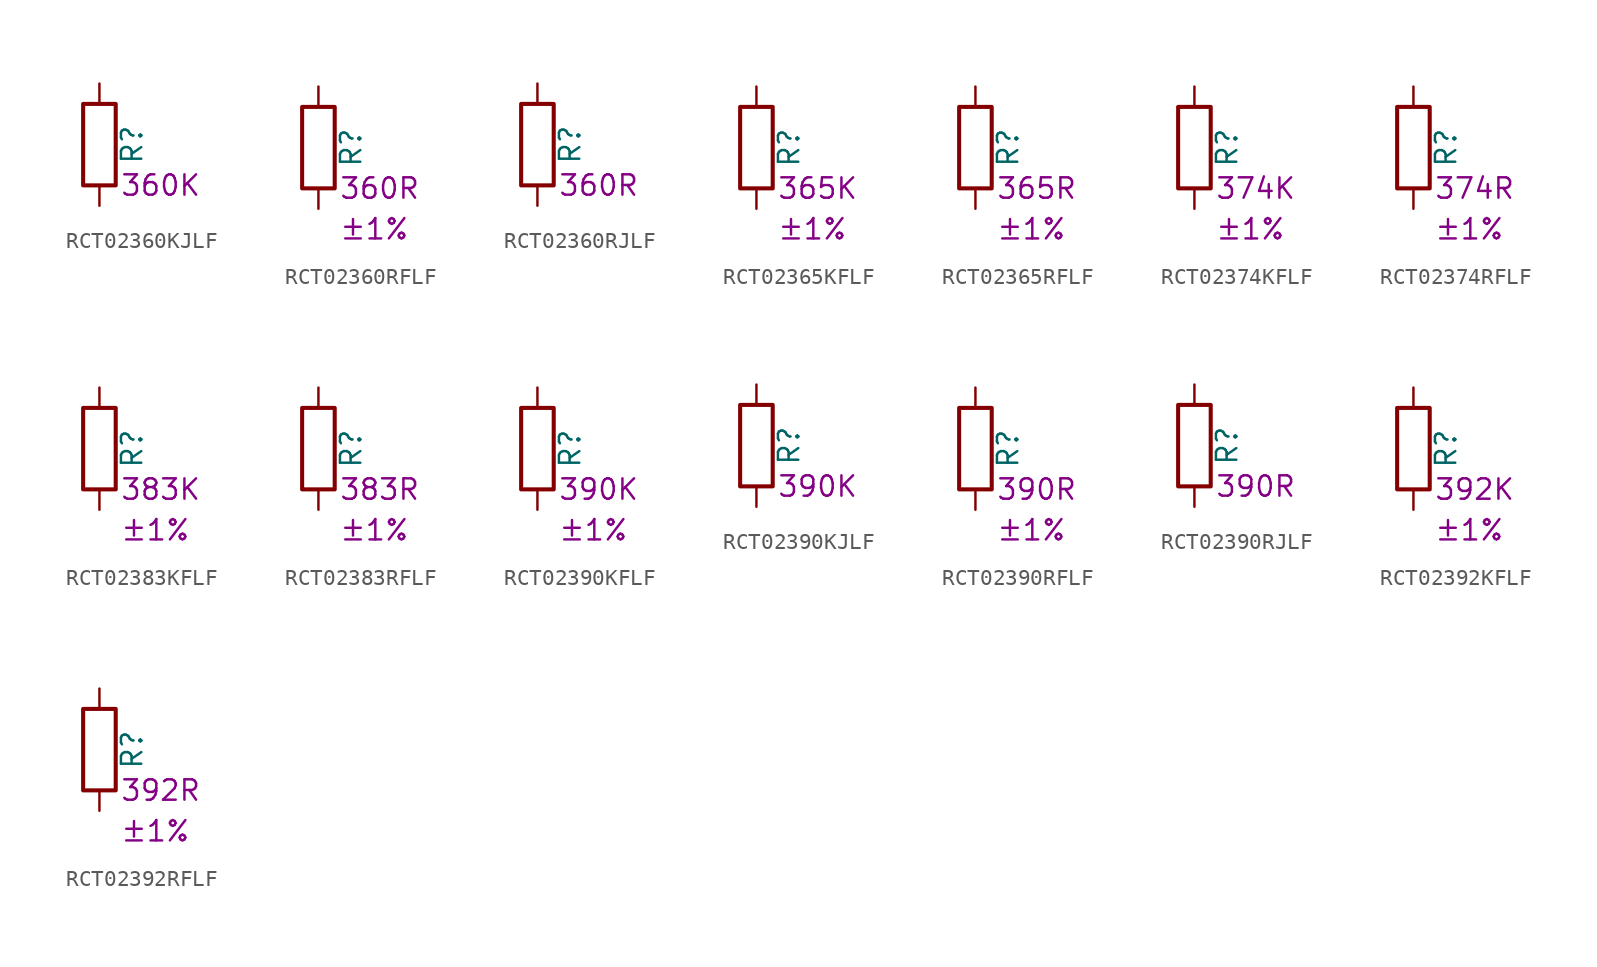
<source format=kicad_sym>
(kicad_symbol_lib
  (version 20220914)
  (generator kicad_symbol_editor)
  (symbol "RCT02360KJLF"
    (pin_numbers hide)
    (pin_names
      (offset 0))
    (property "Reference" "R"
      (at 2.032 0 90)
      (effects (font (size 1.27 1.27))))
    (property "Resistance" "360K"
      (at 1.27 -2.54 0)
      (effects (font (size 1.27 1.27)) (justify left)))
    (symbol "RCT02360KJLF_0_1"
      (rectangle (start -1.016 -2.54) (end 1.016 2.54) (stroke (width 0.254) (type default)) (fill (type none))))
    (symbol "RCT02360KJLF_1_1"
      (pin passive line (at 0 3.81 270) (length 1.27) (name "~" (effects (font (size 1.27 1.27)))) (number "1" (effects (font (size 1.27 1.27)))))
      (pin passive line (at 0 -3.81 90) (length 1.27) (name "~" (effects (font (size 1.27 1.27)))) (number "2" (effects (font (size 1.27 1.27)))))))
  (symbol "RCT02360RFLF"
    (pin_numbers hide)
    (pin_names
      (offset 0))
    (property "Reference" "R"
      (at 2.032 0 90)
      (effects (font (size 1.27 1.27))))
    (property "Resistance" "360R"
      (at 1.27 -2.54 0)
      (effects (font (size 1.27 1.27)) (justify left)))
    (property "Tolerance" "±1%"
      (at 1.27 -5.08 0)
      (effects (font (size 1.27 1.27)) (justify left)))
    (symbol "RCT02360RFLF_0_1"
      (rectangle (start -1.016 -2.54) (end 1.016 2.54) (stroke (width 0.254) (type default)) (fill (type none))))
    (symbol "RCT02360RFLF_1_1"
      (pin passive line (at 0 3.81 270) (length 1.27) (name "~" (effects (font (size 1.27 1.27)))) (number "1" (effects (font (size 1.27 1.27)))))
      (pin passive line (at 0 -3.81 90) (length 1.27) (name "~" (effects (font (size 1.27 1.27)))) (number "2" (effects (font (size 1.27 1.27)))))))
  (symbol "RCT02360RJLF"
    (pin_numbers hide)
    (pin_names
      (offset 0))
    (property "Reference" "R"
      (at 2.032 0 90)
      (effects (font (size 1.27 1.27))))
    (property "Resistance" "360R"
      (at 1.27 -2.54 0)
      (effects (font (size 1.27 1.27)) (justify left)))
    (symbol "RCT02360RJLF_0_1"
      (rectangle (start -1.016 -2.54) (end 1.016 2.54) (stroke (width 0.254) (type default)) (fill (type none))))
    (symbol "RCT02360RJLF_1_1"
      (pin passive line (at 0 3.81 270) (length 1.27) (name "~" (effects (font (size 1.27 1.27)))) (number "1" (effects (font (size 1.27 1.27)))))
      (pin passive line (at 0 -3.81 90) (length 1.27) (name "~" (effects (font (size 1.27 1.27)))) (number "2" (effects (font (size 1.27 1.27)))))))
  (symbol "RCT02365KFLF"
    (pin_numbers hide)
    (pin_names
      (offset 0))
    (property "Reference" "R"
      (at 2.032 0 90)
      (effects (font (size 1.27 1.27))))
    (property "Resistance" "365K"
      (at 1.27 -2.54 0)
      (effects (font (size 1.27 1.27)) (justify left)))
    (property "Tolerance" "±1%"
      (at 1.27 -5.08 0)
      (effects (font (size 1.27 1.27)) (justify left)))
    (symbol "RCT02365KFLF_0_1"
      (rectangle (start -1.016 -2.54) (end 1.016 2.54) (stroke (width 0.254) (type default)) (fill (type none))))
    (symbol "RCT02365KFLF_1_1"
      (pin passive line (at 0 3.81 270) (length 1.27) (name "~" (effects (font (size 1.27 1.27)))) (number "1" (effects (font (size 1.27 1.27)))))
      (pin passive line (at 0 -3.81 90) (length 1.27) (name "~" (effects (font (size 1.27 1.27)))) (number "2" (effects (font (size 1.27 1.27)))))))
  (symbol "RCT02365RFLF"
    (pin_numbers hide)
    (pin_names
      (offset 0))
    (property "Reference" "R"
      (at 2.032 0 90)
      (effects (font (size 1.27 1.27))))
    (property "Resistance" "365R"
      (at 1.27 -2.54 0)
      (effects (font (size 1.27 1.27)) (justify left)))
    (property "Tolerance" "±1%"
      (at 1.27 -5.08 0)
      (effects (font (size 1.27 1.27)) (justify left)))
    (symbol "RCT02365RFLF_0_1"
      (rectangle (start -1.016 -2.54) (end 1.016 2.54) (stroke (width 0.254) (type default)) (fill (type none))))
    (symbol "RCT02365RFLF_1_1"
      (pin passive line (at 0 3.81 270) (length 1.27) (name "~" (effects (font (size 1.27 1.27)))) (number "1" (effects (font (size 1.27 1.27)))))
      (pin passive line (at 0 -3.81 90) (length 1.27) (name "~" (effects (font (size 1.27 1.27)))) (number "2" (effects (font (size 1.27 1.27)))))))
  (symbol "RCT02374KFLF"
    (pin_numbers hide)
    (pin_names
      (offset 0))
    (property "Reference" "R"
      (at 2.032 0 90)
      (effects (font (size 1.27 1.27))))
    (property "Resistance" "374K"
      (at 1.27 -2.54 0)
      (effects (font (size 1.27 1.27)) (justify left)))
    (property "Tolerance" "±1%"
      (at 1.27 -5.08 0)
      (effects (font (size 1.27 1.27)) (justify left)))
    (symbol "RCT02374KFLF_0_1"
      (rectangle (start -1.016 -2.54) (end 1.016 2.54) (stroke (width 0.254) (type default)) (fill (type none))))
    (symbol "RCT02374KFLF_1_1"
      (pin passive line (at 0 3.81 270) (length 1.27) (name "~" (effects (font (size 1.27 1.27)))) (number "1" (effects (font (size 1.27 1.27)))))
      (pin passive line (at 0 -3.81 90) (length 1.27) (name "~" (effects (font (size 1.27 1.27)))) (number "2" (effects (font (size 1.27 1.27)))))))
  (symbol "RCT02374RFLF"
    (pin_numbers hide)
    (pin_names
      (offset 0))
    (property "Reference" "R"
      (at 2.032 0 90)
      (effects (font (size 1.27 1.27))))
    (property "Resistance" "374R"
      (at 1.27 -2.54 0)
      (effects (font (size 1.27 1.27)) (justify left)))
    (property "Tolerance" "±1%"
      (at 1.27 -5.08 0)
      (effects (font (size 1.27 1.27)) (justify left)))
    (symbol "RCT02374RFLF_0_1"
      (rectangle (start -1.016 -2.54) (end 1.016 2.54) (stroke (width 0.254) (type default)) (fill (type none))))
    (symbol "RCT02374RFLF_1_1"
      (pin passive line (at 0 3.81 270) (length 1.27) (name "~" (effects (font (size 1.27 1.27)))) (number "1" (effects (font (size 1.27 1.27)))))
      (pin passive line (at 0 -3.81 90) (length 1.27) (name "~" (effects (font (size 1.27 1.27)))) (number "2" (effects (font (size 1.27 1.27)))))))
  (symbol "RCT02383KFLF"
    (pin_numbers hide)
    (pin_names
      (offset 0))
    (property "Reference" "R"
      (at 2.032 0 90)
      (effects (font (size 1.27 1.27))))
    (property "Resistance" "383K"
      (at 1.27 -2.54 0)
      (effects (font (size 1.27 1.27)) (justify left)))
    (property "Tolerance" "±1%"
      (at 1.27 -5.08 0)
      (effects (font (size 1.27 1.27)) (justify left)))
    (symbol "RCT02383KFLF_0_1"
      (rectangle (start -1.016 -2.54) (end 1.016 2.54) (stroke (width 0.254) (type default)) (fill (type none))))
    (symbol "RCT02383KFLF_1_1"
      (pin passive line (at 0 3.81 270) (length 1.27) (name "~" (effects (font (size 1.27 1.27)))) (number "1" (effects (font (size 1.27 1.27)))))
      (pin passive line (at 0 -3.81 90) (length 1.27) (name "~" (effects (font (size 1.27 1.27)))) (number "2" (effects (font (size 1.27 1.27)))))))
  (symbol "RCT02383RFLF"
    (pin_numbers hide)
    (pin_names
      (offset 0))
    (property "Reference" "R"
      (at 2.032 0 90)
      (effects (font (size 1.27 1.27))))
    (property "Resistance" "383R"
      (at 1.27 -2.54 0)
      (effects (font (size 1.27 1.27)) (justify left)))
    (property "Tolerance" "±1%"
      (at 1.27 -5.08 0)
      (effects (font (size 1.27 1.27)) (justify left)))
    (symbol "RCT02383RFLF_0_1"
      (rectangle (start -1.016 -2.54) (end 1.016 2.54) (stroke (width 0.254) (type default)) (fill (type none))))
    (symbol "RCT02383RFLF_1_1"
      (pin passive line (at 0 3.81 270) (length 1.27) (name "~" (effects (font (size 1.27 1.27)))) (number "1" (effects (font (size 1.27 1.27)))))
      (pin passive line (at 0 -3.81 90) (length 1.27) (name "~" (effects (font (size 1.27 1.27)))) (number "2" (effects (font (size 1.27 1.27)))))))
  (symbol "RCT02390KFLF"
    (pin_numbers hide)
    (pin_names
      (offset 0))
    (property "Reference" "R"
      (at 2.032 0 90)
      (effects (font (size 1.27 1.27))))
    (property "Resistance" "390K"
      (at 1.27 -2.54 0)
      (effects (font (size 1.27 1.27)) (justify left)))
    (property "Tolerance" "±1%"
      (at 1.27 -5.08 0)
      (effects (font (size 1.27 1.27)) (justify left)))
    (symbol "RCT02390KFLF_0_1"
      (rectangle (start -1.016 -2.54) (end 1.016 2.54) (stroke (width 0.254) (type default)) (fill (type none))))
    (symbol "RCT02390KFLF_1_1"
      (pin passive line (at 0 3.81 270) (length 1.27) (name "~" (effects (font (size 1.27 1.27)))) (number "1" (effects (font (size 1.27 1.27)))))
      (pin passive line (at 0 -3.81 90) (length 1.27) (name "~" (effects (font (size 1.27 1.27)))) (number "2" (effects (font (size 1.27 1.27)))))))
  (symbol "RCT02390KJLF"
    (pin_numbers hide)
    (pin_names
      (offset 0))
    (property "Reference" "R"
      (at 2.032 0 90)
      (effects (font (size 1.27 1.27))))
    (property "Resistance" "390K"
      (at 1.27 -2.54 0)
      (effects (font (size 1.27 1.27)) (justify left)))
    (symbol "RCT02390KJLF_0_1"
      (rectangle (start -1.016 -2.54) (end 1.016 2.54) (stroke (width 0.254) (type default)) (fill (type none))))
    (symbol "RCT02390KJLF_1_1"
      (pin passive line (at 0 3.81 270) (length 1.27) (name "~" (effects (font (size 1.27 1.27)))) (number "1" (effects (font (size 1.27 1.27)))))
      (pin passive line (at 0 -3.81 90) (length 1.27) (name "~" (effects (font (size 1.27 1.27)))) (number "2" (effects (font (size 1.27 1.27)))))))
  (symbol "RCT02390RFLF"
    (pin_numbers hide)
    (pin_names
      (offset 0))
    (property "Reference" "R"
      (at 2.032 0 90)
      (effects (font (size 1.27 1.27))))
    (property "Resistance" "390R"
      (at 1.27 -2.54 0)
      (effects (font (size 1.27 1.27)) (justify left)))
    (property "Tolerance" "±1%"
      (at 1.27 -5.08 0)
      (effects (font (size 1.27 1.27)) (justify left)))
    (symbol "RCT02390RFLF_0_1"
      (rectangle (start -1.016 -2.54) (end 1.016 2.54) (stroke (width 0.254) (type default)) (fill (type none))))
    (symbol "RCT02390RFLF_1_1"
      (pin passive line (at 0 3.81 270) (length 1.27) (name "~" (effects (font (size 1.27 1.27)))) (number "1" (effects (font (size 1.27 1.27)))))
      (pin passive line (at 0 -3.81 90) (length 1.27) (name "~" (effects (font (size 1.27 1.27)))) (number "2" (effects (font (size 1.27 1.27)))))))
  (symbol "RCT02390RJLF"
    (pin_numbers hide)
    (pin_names
      (offset 0))
    (property "Reference" "R"
      (at 2.032 0 90)
      (effects (font (size 1.27 1.27))))
    (property "Resistance" "390R"
      (at 1.27 -2.54 0)
      (effects (font (size 1.27 1.27)) (justify left)))
    (symbol "RCT02390RJLF_0_1"
      (rectangle (start -1.016 -2.54) (end 1.016 2.54) (stroke (width 0.254) (type default)) (fill (type none))))
    (symbol "RCT02390RJLF_1_1"
      (pin passive line (at 0 3.81 270) (length 1.27) (name "~" (effects (font (size 1.27 1.27)))) (number "1" (effects (font (size 1.27 1.27)))))
      (pin passive line (at 0 -3.81 90) (length 1.27) (name "~" (effects (font (size 1.27 1.27)))) (number "2" (effects (font (size 1.27 1.27)))))))
  (symbol "RCT02392KFLF"
    (pin_numbers hide)
    (pin_names
      (offset 0))
    (property "Reference" "R"
      (at 2.032 0 90)
      (effects (font (size 1.27 1.27))))
    (property "Resistance" "392K"
      (at 1.27 -2.54 0)
      (effects (font (size 1.27 1.27)) (justify left)))
    (property "Tolerance" "±1%"
      (at 1.27 -5.08 0)
      (effects (font (size 1.27 1.27)) (justify left)))
    (symbol "RCT02392KFLF_0_1"
      (rectangle (start -1.016 -2.54) (end 1.016 2.54) (stroke (width 0.254) (type default)) (fill (type none))))
    (symbol "RCT02392KFLF_1_1"
      (pin passive line (at 0 3.81 270) (length 1.27) (name "~" (effects (font (size 1.27 1.27)))) (number "1" (effects (font (size 1.27 1.27)))))
      (pin passive line (at 0 -3.81 90) (length 1.27) (name "~" (effects (font (size 1.27 1.27)))) (number "2" (effects (font (size 1.27 1.27)))))))
  (symbol "RCT02392RFLF"
    (pin_numbers hide)
    (pin_names
      (offset 0))
    (property "Reference" "R"
      (at 2.032 0 90)
      (effects (font (size 1.27 1.27))))
    (property "Resistance" "392R"
      (at 1.27 -2.54 0)
      (effects (font (size 1.27 1.27)) (justify left)))
    (property "Tolerance" "±1%"
      (at 1.27 -5.08 0)
      (effects (font (size 1.27 1.27)) (justify left)))
    (symbol "RCT02392RFLF_0_1"
      (rectangle (start -1.016 -2.54) (end 1.016 2.54) (stroke (width 0.254) (type default)) (fill (type none))))
    (symbol "RCT02392RFLF_1_1"
      (pin passive line (at 0 3.81 270) (length 1.27) (name "~" (effects (font (size 1.27 1.27)))) (number "1" (effects (font (size 1.27 1.27)))))
      (pin passive line (at 0 -3.81 90) (length 1.27) (name "~" (effects (font (size 1.27 1.27)))) (number "2" (effects (font (size 1.27 1.27))))))))
</source>
